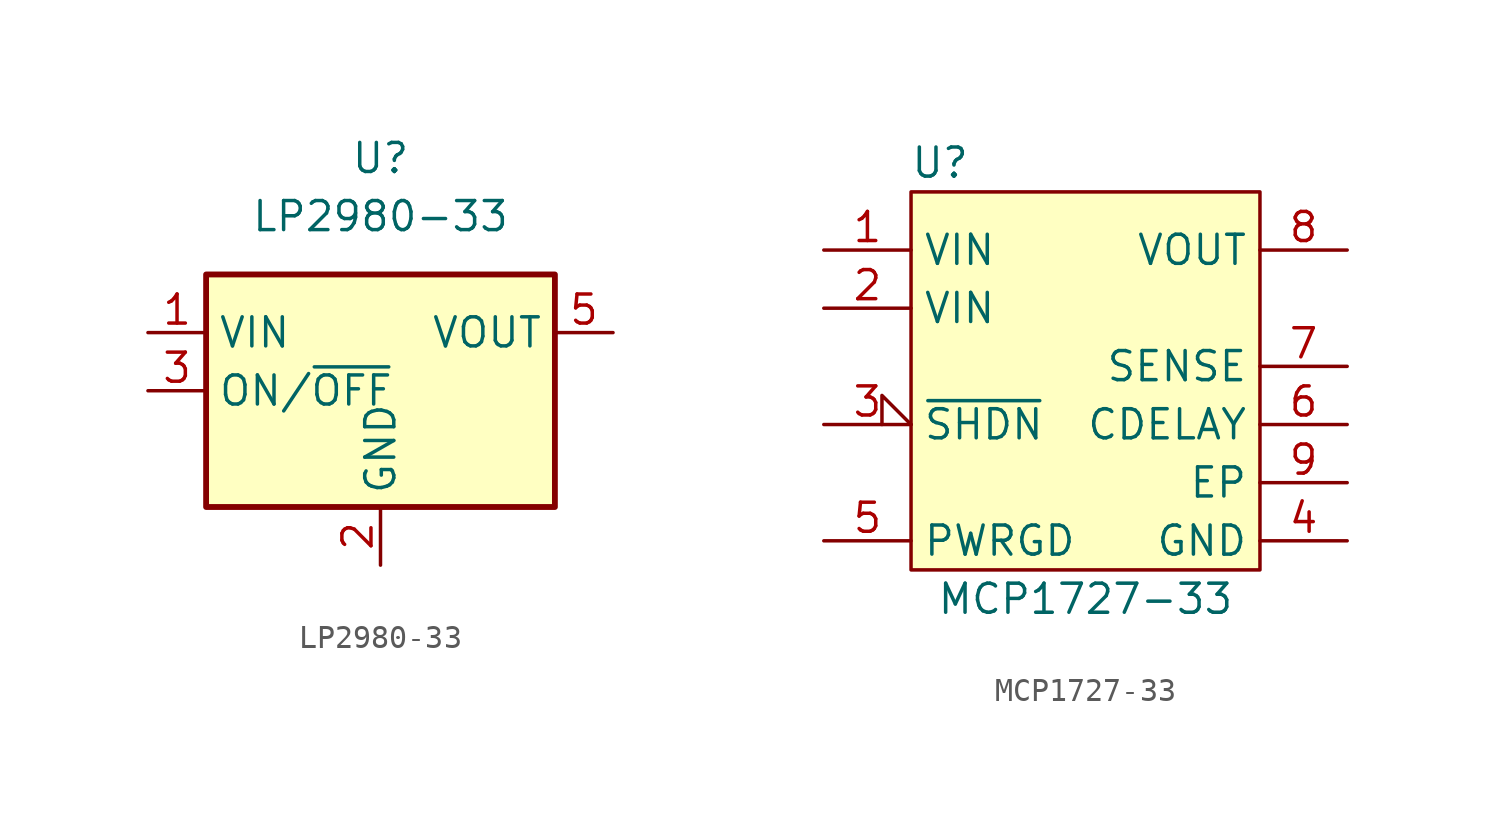
<source format=kicad_sym>
(kicad_symbol_lib
  (version 20211014)
  (generator kicad_symbol_editor)
  (symbol "LP2980-33"
    (property "Reference" "U"
      (at 0 10.16 0)
      (effects (font (size 1.27 1.27))))
    (property "Value" "LP2980-33"
      (at 0 7.62 0)
      (effects (font (size 1.27 1.27))))
    (symbol "LP2980-33_0_1"
      (rectangle (start -7.62 5.08) (end 7.62 -5.08) (stroke (width 0.254) (type default) (color 0 0 0 0)) (fill (type background))))
    (symbol "LP2980-33_1_1"
      (pin power_in line (at -10.16 2.54 0) (length 2.54) (name "VIN" (effects (font (size 1.27 1.27)))) (number "1" (effects (font (size 1.27 1.27)))))
      (pin passive line (at 0 -7.62 90) (length 2.54) (name "GND" (effects (font (size 1.27 1.27)))) (number "2" (effects (font (size 1.27 1.27)))))
      (pin input line (at -10.16 0 0) (length 2.54) (name "ON/~{OFF}" (effects (font (size 1.27 1.27)))) (number "3" (effects (font (size 1.27 1.27)))))
      (pin no_connect line (at 10.16 0 180) (length 2.54) hide (name "NC" (effects (font (size 1.27 1.27)))) (number "4" (effects (font (size 1.27 1.27)))))
      (pin power_out line (at 10.16 2.54 180) (length 2.54) (name "VOUT" (effects (font (size 1.27 1.27)))) (number "5" (effects (font (size 1.27 1.27)))))))
  (symbol "MCP1727-33"
    (property "Reference" "U"
      (at -6.35 10.16 0)
      (effects (font (size 1.27 1.27))))
    (property "Value" "MCP1727-33"
      (at 0 -8.89 0)
      (effects (font (size 1.27 1.27))))
    (symbol "MCP1727-33_0_1"
      (rectangle (start -7.62 8.89) (end 7.62 -7.62) (stroke (width 0) (type default) (color 0 0 0 0)) (fill (type background))))
    (symbol "MCP1727-33_1_1"
      (pin power_in line (at -11.43 6.35 0) (length 3.81) (name "VIN" (effects (font (size 1.27 1.27)))) (number "1" (effects (font (size 1.27 1.27)))))
      (pin power_in line (at -11.43 3.81 0) (length 3.81) (name "VIN" (effects (font (size 1.27 1.27)))) (number "2" (effects (font (size 1.27 1.27)))))
      (pin input input_low (at -11.43 -1.27 0) (length 3.81) (name "~{SHDN}" (effects (font (size 1.27 1.27)))) (number "3" (effects (font (size 1.27 1.27)))))
      (pin passive line (at 11.43 -6.35 180) (length 3.81) (name "GND" (effects (font (size 1.27 1.27)))) (number "4" (effects (font (size 1.27 1.27)))))
      (pin output line (at -11.43 -6.35 0) (length 3.81) (name "PWRGD" (effects (font (size 1.27 1.27)))) (number "5" (effects (font (size 1.27 1.27)))))
      (pin passive line (at 11.43 -1.27 180) (length 3.81) (name "CDELAY" (effects (font (size 1.27 1.27)))) (number "6" (effects (font (size 1.27 1.27)))))
      (pin input line (at 11.43 1.27 180) (length 3.81) (name "SENSE" (effects (font (size 1.27 1.27)))) (number "7" (effects (font (size 1.27 1.27)))))
      (pin power_out line (at 11.43 6.35 180) (length 3.81) (name "VOUT" (effects (font (size 1.27 1.27)))) (number "8" (effects (font (size 1.27 1.27)))))
      (pin passive line (at 11.43 -3.81 180) (length 3.81) (name "EP" (effects (font (size 1.27 1.27)))) (number "9" (effects (font (size 1.27 1.27))))))))
</source>
